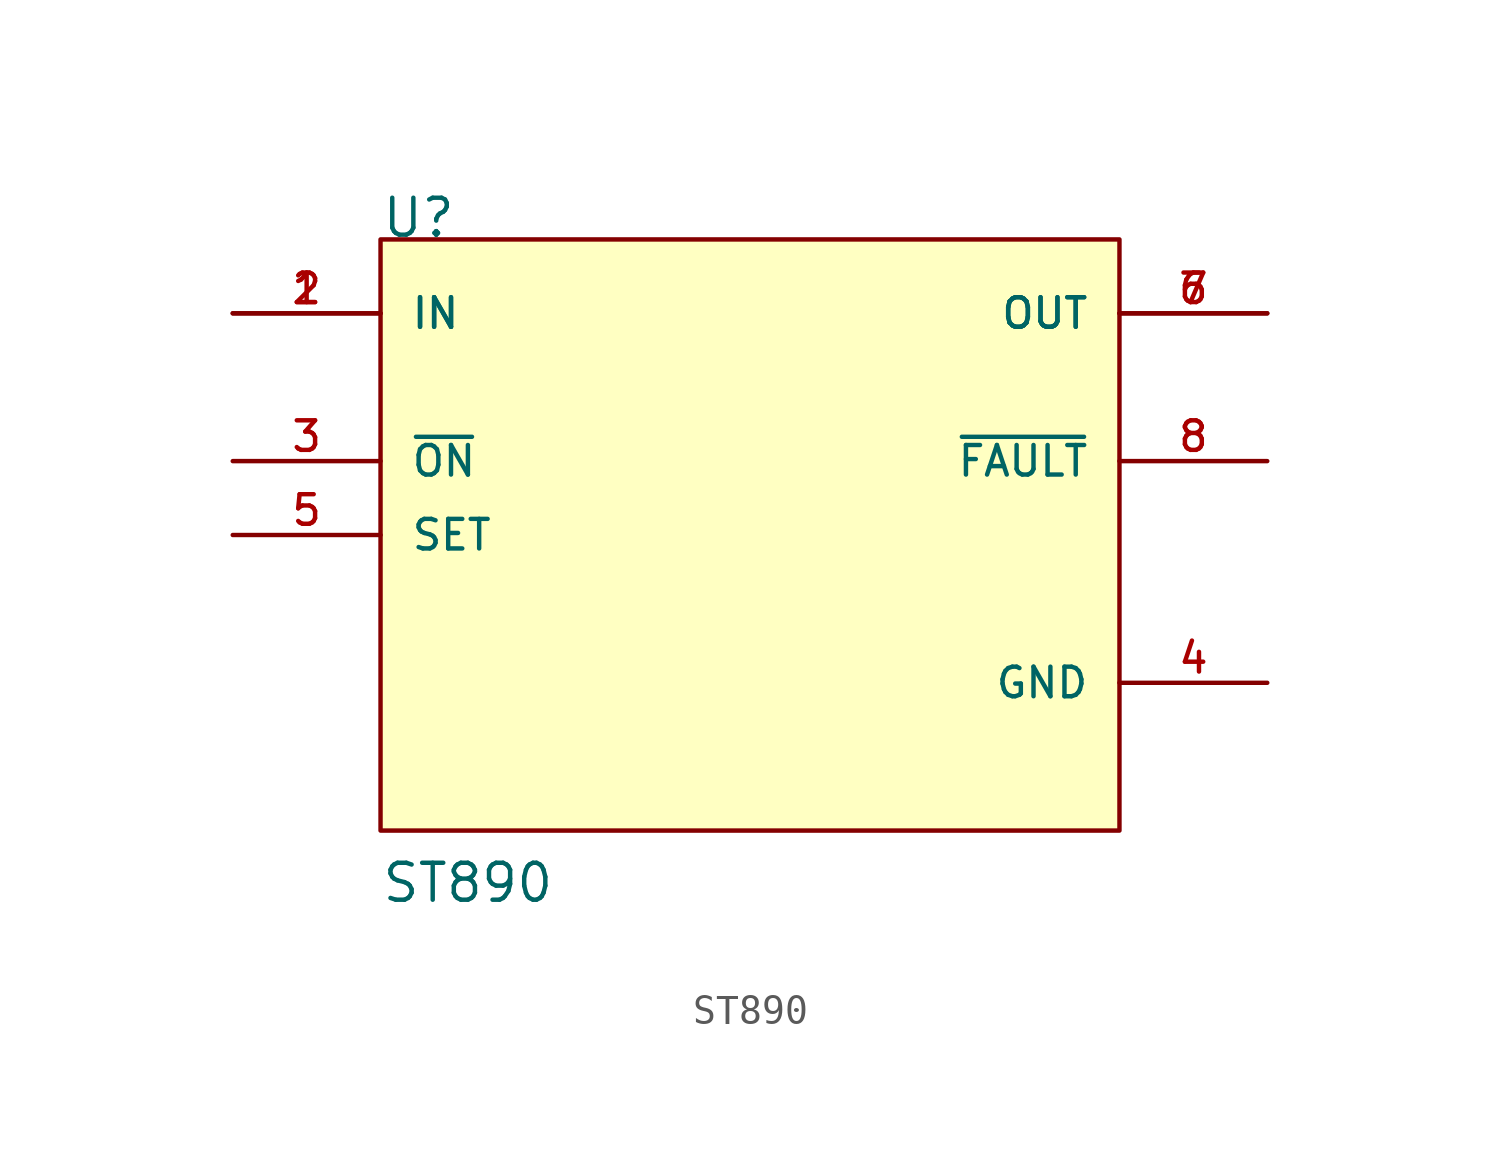
<source format=kicad_sym>
(kicad_symbol_lib
  (version 20231120)
  (generator "kicad_symbol_editor")
  (generator_version "8.0")
  (symbol "ST890"
    (pin_names
      (offset 1.016))
    (property "Reference" "U"
      (at -12.7 10.16 0)
      (effects (font (size 1.27 1.27)) (justify left bottom)))
    (property "Value" "ST890"
      (at -12.7 -12.7 0)
      (effects (font (size 1.27 1.27)) (justify left bottom)))
    (symbol "ST890_0_0"
      (rectangle (start -12.7 10.16) (end 12.7 -10.16) (stroke (width 0.152) (type default)) (fill (type background)))
      (pin input line (at -17.78 7.62 0) (length 5.08) (name "IN" (effects (font (size 1.016 1.016)))) (number "1" (effects (font (size 1.016 1.016)))))
      (pin input line (at -17.78 7.62 0) (length 5.08) (name "IN" (effects (font (size 1.016 1.016)))) (number "2" (effects (font (size 1.016 1.016)))))
      (pin input line (at -17.78 2.54 0) (length 5.08) (name "~{ON}" (effects (font (size 1.016 1.016)))) (number "3" (effects (font (size 1.016 1.016)))))
      (pin power_in line (at 17.78 -5.08 180) (length 5.08) (name "GND" (effects (font (size 1.016 1.016)))) (number "4" (effects (font (size 1.016 1.016)))))
      (pin input line (at -17.78 0 0) (length 5.08) (name "SET" (effects (font (size 1.016 1.016)))) (number "5" (effects (font (size 1.016 1.016)))))
      (pin output line (at 17.78 7.62 180) (length 5.08) (name "OUT" (effects (font (size 1.016 1.016)))) (number "6" (effects (font (size 1.016 1.016)))))
      (pin output line (at 17.78 7.62 180) (length 5.08) (name "OUT" (effects (font (size 1.016 1.016)))) (number "7" (effects (font (size 1.016 1.016)))))
      (pin output line (at 17.78 2.54 180) (length 5.08) (name "~{FAULT}" (effects (font (size 1.016 1.016)))) (number "8" (effects (font (size 1.016 1.016))))))))
</source>
